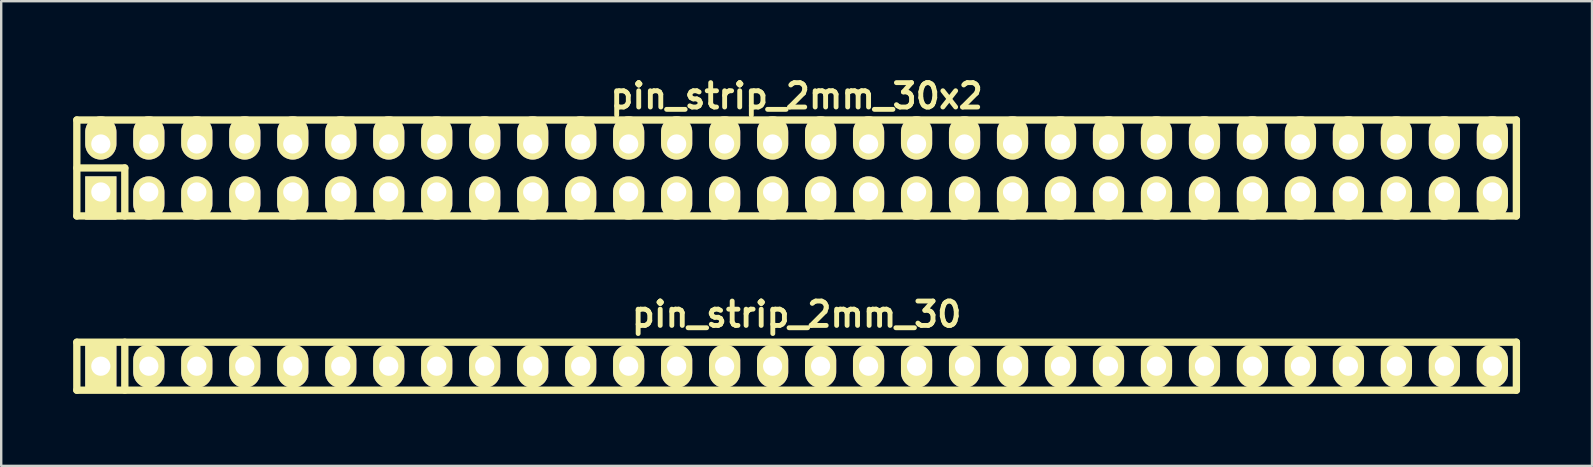
<source format=kicad_pcb>
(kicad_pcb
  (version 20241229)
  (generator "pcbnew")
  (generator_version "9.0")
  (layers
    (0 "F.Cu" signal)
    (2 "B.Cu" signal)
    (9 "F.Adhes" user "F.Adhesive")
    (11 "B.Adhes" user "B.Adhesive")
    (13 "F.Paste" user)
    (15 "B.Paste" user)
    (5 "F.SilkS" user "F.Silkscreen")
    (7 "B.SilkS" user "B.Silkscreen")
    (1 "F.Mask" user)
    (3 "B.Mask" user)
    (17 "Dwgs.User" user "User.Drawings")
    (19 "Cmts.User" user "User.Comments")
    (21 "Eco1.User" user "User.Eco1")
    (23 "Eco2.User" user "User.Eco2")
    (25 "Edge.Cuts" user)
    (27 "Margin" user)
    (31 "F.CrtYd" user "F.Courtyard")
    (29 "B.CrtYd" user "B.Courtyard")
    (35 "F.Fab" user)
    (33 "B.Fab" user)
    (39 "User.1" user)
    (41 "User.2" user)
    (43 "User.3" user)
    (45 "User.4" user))
  (footprint "pin_strip_2mm_30x2"
    (layer "F.Cu")
    (at 30.152 3.951)
    (property "Reference" "pin_strip_2mm_30x2" (at 0 -3 0) (layer "F.SilkS") (effects (font (size 1.016 1.016) (thickness 0.203))))
    (attr through_hole)
    (fp_line (start -30 -2) (end 30 -2) (stroke (width 0.305) (type solid)) (layer "F.SilkS"))
    (fp_line (start -30 0) (end -28 0) (stroke (width 0.305) (type solid)) (layer "F.SilkS"))
    (fp_line (start -30 2) (end -30 -2) (stroke (width 0.305) (type solid)) (layer "F.SilkS"))
    (fp_line (start -28 0) (end -28 2) (stroke (width 0.305) (type solid)) (layer "F.SilkS"))
    (fp_line (start 30 -2) (end 30 2) (stroke (width 0.305) (type solid)) (layer "F.SilkS"))
    (fp_line (start 30 2) (end -30 2) (stroke (width 0.305) (type solid)) (layer "F.SilkS"))
    (pad "1" thru_hole rect (at -29 1) (size 1.3 1.8) (drill 0.8 (offset 0 0.25)) (layers "*.Cu" "*.Mask" "F.SilkS"))
    (pad "2" thru_hole oval (at -29 -1) (size 1.3 1.8) (drill 0.8 (offset 0 -0.25)) (layers "*.Cu" "*.Mask" "F.SilkS"))
    (pad "3" thru_hole oval (at -27 1) (size 1.3 1.8) (drill 0.8 (offset 0 0.25)) (layers "*.Cu" "*.Mask" "F.SilkS"))
    (pad "4" thru_hole oval (at -27 -1) (size 1.3 1.8) (drill 0.8 (offset 0 -0.25)) (layers "*.Cu" "*.Mask" "F.SilkS"))
    (pad "5" thru_hole oval (at -25 1) (size 1.3 1.8) (drill 0.8 (offset 0 0.25)) (layers "*.Cu" "*.Mask" "F.SilkS"))
    (pad "6" thru_hole oval (at -25 -1) (size 1.3 1.8) (drill 0.8 (offset 0 -0.25)) (layers "*.Cu" "*.Mask" "F.SilkS"))
    (pad "7" thru_hole oval (at -23 1) (size 1.3 1.8) (drill 0.8 (offset 0 0.25)) (layers "*.Cu" "*.Mask" "F.SilkS"))
    (pad "8" thru_hole oval (at -23 -1) (size 1.3 1.8) (drill 0.8 (offset 0 -0.25)) (layers "*.Cu" "*.Mask" "F.SilkS"))
    (pad "9" thru_hole oval (at -21 1) (size 1.3 1.8) (drill 0.8 (offset 0 0.25)) (layers "*.Cu" "*.Mask" "F.SilkS"))
    (pad "10" thru_hole oval (at -21 -1) (size 1.3 1.8) (drill 0.8 (offset 0 -0.25)) (layers "*.Cu" "*.Mask" "F.SilkS"))
    (pad "11" thru_hole oval (at -19 1) (size 1.3 1.8) (drill 0.8 (offset 0 0.25)) (layers "*.Cu" "*.Mask" "F.SilkS"))
    (pad "12" thru_hole oval (at -19 -1) (size 1.3 1.8) (drill 0.8 (offset 0 -0.25)) (layers "*.Cu" "*.Mask" "F.SilkS"))
    (pad "13" thru_hole oval (at -17 1) (size 1.3 1.8) (drill 0.8 (offset 0 0.25)) (layers "*.Cu" "*.Mask" "F.SilkS"))
    (pad "14" thru_hole oval (at -17 -1) (size 1.3 1.8) (drill 0.8 (offset 0 -0.25)) (layers "*.Cu" "*.Mask" "F.SilkS"))
    (pad "15" thru_hole oval (at -15 1) (size 1.3 1.8) (drill 0.8 (offset 0 0.25)) (layers "*.Cu" "*.Mask" "F.SilkS"))
    (pad "16" thru_hole oval (at -15 -1) (size 1.3 1.8) (drill 0.8 (offset 0 -0.25)) (layers "*.Cu" "*.Mask" "F.SilkS"))
    (pad "17" thru_hole oval (at -13 1) (size 1.3 1.8) (drill 0.8 (offset 0 0.25)) (layers "*.Cu" "*.Mask" "F.SilkS"))
    (pad "18" thru_hole oval (at -13 -1) (size 1.3 1.8) (drill 0.8 (offset 0 -0.25)) (layers "*.Cu" "*.Mask" "F.SilkS"))
    (pad "19" thru_hole oval (at -11 1) (size 1.3 1.8) (drill 0.8 (offset 0 0.25)) (layers "*.Cu" "*.Mask" "F.SilkS"))
    (pad "20" thru_hole oval (at -11 -1) (size 1.3 1.8) (drill 0.8 (offset 0 -0.25)) (layers "*.Cu" "*.Mask" "F.SilkS"))
    (pad "21" thru_hole oval (at -9 1) (size 1.3 1.8) (drill 0.8 (offset 0 0.25)) (layers "*.Cu" "*.Mask" "F.SilkS"))
    (pad "22" thru_hole oval (at -9 -1) (size 1.3 1.8) (drill 0.8 (offset 0 -0.25)) (layers "*.Cu" "*.Mask" "F.SilkS"))
    (pad "23" thru_hole oval (at -7 1) (size 1.3 1.8) (drill 0.8 (offset 0 0.25)) (layers "*.Cu" "*.Mask" "F.SilkS"))
    (pad "24" thru_hole oval (at -7 -1) (size 1.3 1.8) (drill 0.8 (offset 0 -0.25)) (layers "*.Cu" "*.Mask" "F.SilkS"))
    (pad "25" thru_hole oval (at -5 1) (size 1.3 1.8) (drill 0.8 (offset 0 0.25)) (layers "*.Cu" "*.Mask" "F.SilkS"))
    (pad "26" thru_hole oval (at -5 -1) (size 1.3 1.8) (drill 0.8 (offset 0 -0.25)) (layers "*.Cu" "*.Mask" "F.SilkS"))
    (pad "27" thru_hole oval (at -3 1) (size 1.3 1.8) (drill 0.8 (offset 0 0.25)) (layers "*.Cu" "*.Mask" "F.SilkS"))
    (pad "28" thru_hole oval (at -3 -1) (size 1.3 1.8) (drill 0.8 (offset 0 -0.25)) (layers "*.Cu" "*.Mask" "F.SilkS"))
    (pad "29" thru_hole oval (at -1 1) (size 1.3 1.8) (drill 0.8 (offset 0 0.25)) (layers "*.Cu" "*.Mask" "F.SilkS"))
    (pad "30" thru_hole oval (at -1 -1) (size 1.3 1.8) (drill 0.8 (offset 0 -0.25)) (layers "*.Cu" "*.Mask" "F.SilkS"))
    (pad "31" thru_hole oval (at 1 1) (size 1.3 1.8) (drill 0.8 (offset 0 0.25)) (layers "*.Cu" "*.Mask" "F.SilkS"))
    (pad "32" thru_hole oval (at 1 -1) (size 1.3 1.8) (drill 0.8 (offset 0 -0.25)) (layers "*.Cu" "*.Mask" "F.SilkS"))
    (pad "33" thru_hole oval (at 3 1) (size 1.3 1.8) (drill 0.8 (offset 0 0.25)) (layers "*.Cu" "*.Mask" "F.SilkS"))
    (pad "34" thru_hole oval (at 3 -1) (size 1.3 1.8) (drill 0.8 (offset 0 -0.25)) (layers "*.Cu" "*.Mask" "F.SilkS"))
    (pad "35" thru_hole oval (at 5 1) (size 1.3 1.8) (drill 0.8 (offset 0 0.25)) (layers "*.Cu" "*.Mask" "F.SilkS"))
    (pad "36" thru_hole oval (at 5 -1) (size 1.3 1.8) (drill 0.8 (offset 0 -0.25)) (layers "*.Cu" "*.Mask" "F.SilkS"))
    (pad "37" thru_hole oval (at 7 1) (size 1.3 1.8) (drill 0.8 (offset 0 0.25)) (layers "*.Cu" "*.Mask" "F.SilkS"))
    (pad "38" thru_hole oval (at 7 -1) (size 1.3 1.8) (drill 0.8 (offset 0 -0.25)) (layers "*.Cu" "*.Mask" "F.SilkS"))
    (pad "39" thru_hole oval (at 9 1) (size 1.3 1.8) (drill 0.8 (offset 0 0.25)) (layers "*.Cu" "*.Mask" "F.SilkS"))
    (pad "40" thru_hole oval (at 9 -1) (size 1.3 1.8) (drill 0.8 (offset 0 -0.25)) (layers "*.Cu" "*.Mask" "F.SilkS"))
    (pad "41" thru_hole oval (at 11 1) (size 1.3 1.8) (drill 0.8 (offset 0 0.25)) (layers "*.Cu" "*.Mask" "F.SilkS"))
    (pad "42" thru_hole oval (at 11 -1) (size 1.3 1.8) (drill 0.8 (offset 0 -0.25)) (layers "*.Cu" "*.Mask" "F.SilkS"))
    (pad "43" thru_hole oval (at 13 1) (size 1.3 1.8) (drill 0.8 (offset 0 0.25)) (layers "*.Cu" "*.Mask" "F.SilkS"))
    (pad "44" thru_hole oval (at 13 -1) (size 1.3 1.8) (drill 0.8 (offset 0 -0.25)) (layers "*.Cu" "*.Mask" "F.SilkS"))
    (pad "45" thru_hole oval (at 15 1) (size 1.3 1.8) (drill 0.8 (offset 0 0.25)) (layers "*.Cu" "*.Mask" "F.SilkS"))
    (pad "46" thru_hole oval (at 15 -1) (size 1.3 1.8) (drill 0.8 (offset 0 -0.25)) (layers "*.Cu" "*.Mask" "F.SilkS"))
    (pad "47" thru_hole oval (at 17 1) (size 1.3 1.8) (drill 0.8 (offset 0 0.25)) (layers "*.Cu" "*.Mask" "F.SilkS"))
    (pad "48" thru_hole oval (at 17 -1) (size 1.3 1.8) (drill 0.8 (offset 0 -0.25)) (layers "*.Cu" "*.Mask" "F.SilkS"))
    (pad "49" thru_hole oval (at 19 1) (size 1.3 1.8) (drill 0.8 (offset 0 0.25)) (layers "*.Cu" "*.Mask" "F.SilkS"))
    (pad "50" thru_hole oval (at 19 -1) (size 1.3 1.8) (drill 0.8 (offset 0 -0.25)) (layers "*.Cu" "*.Mask" "F.SilkS"))
    (pad "51" thru_hole oval (at 21 1) (size 1.3 1.8) (drill 0.8 (offset 0 0.25)) (layers "*.Cu" "*.Mask" "F.SilkS"))
    (pad "52" thru_hole oval (at 21 -1) (size 1.3 1.8) (drill 0.8 (offset 0 -0.25)) (layers "*.Cu" "*.Mask" "F.SilkS"))
    (pad "53" thru_hole oval (at 23 1) (size 1.3 1.8) (drill 0.8 (offset 0 0.25)) (layers "*.Cu" "*.Mask" "F.SilkS"))
    (pad "54" thru_hole oval (at 23 -1) (size 1.3 1.8) (drill 0.8 (offset 0 -0.25)) (layers "*.Cu" "*.Mask" "F.SilkS"))
    (pad "55" thru_hole oval (at 25 1) (size 1.3 1.8) (drill 0.8 (offset 0 0.25)) (layers "*.Cu" "*.Mask" "F.SilkS"))
    (pad "56" thru_hole oval (at 25 -1) (size 1.3 1.8) (drill 0.8 (offset 0 -0.25)) (layers "*.Cu" "*.Mask" "F.SilkS"))
    (pad "57" thru_hole oval (at 27 1) (size 1.3 1.8) (drill 0.8 (offset 0 0.25)) (layers "*.Cu" "*.Mask" "F.SilkS"))
    (pad "58" thru_hole oval (at 27 -1) (size 1.3 1.8) (drill 0.8 (offset 0 -0.25)) (layers "*.Cu" "*.Mask" "F.SilkS"))
    (pad "59" thru_hole oval (at 29 1) (size 1.3 1.8) (drill 0.8 (offset 0 0.25)) (layers "*.Cu" "*.Mask" "F.SilkS"))
    (pad "60" thru_hole oval (at 29 -1) (size 1.3 1.8) (drill 0.8 (offset 0 -0.25)) (layers "*.Cu" "*.Mask" "F.SilkS")))
  (footprint "pin_strip_2mm_30"
    (layer "F.Cu")
    (at 30.152 12.213)
    (property "Reference" "pin_strip_2mm_30" (at 0 -2.159 0) (layer "F.SilkS") (effects (font (size 1.016 1.016) (thickness 0.203))))
    (attr through_hole)
    (fp_line (start -30 -1) (end 30 -1) (stroke (width 0.305) (type solid)) (layer "F.SilkS"))
    (fp_line (start -30 1) (end -30 -1) (stroke (width 0.305) (type solid)) (layer "F.SilkS"))
    (fp_line (start -28 -1) (end -28 1) (stroke (width 0.305) (type solid)) (layer "F.SilkS"))
    (fp_line (start 30 -1) (end 30 1) (stroke (width 0.305) (type solid)) (layer "F.SilkS"))
    (fp_line (start 30 1) (end -30 1) (stroke (width 0.305) (type solid)) (layer "F.SilkS"))
    (pad "1" thru_hole rect (at -29 0) (size 1.3 1.8) (drill 0.8) (layers "*.Cu" "*.Mask" "F.SilkS"))
    (pad "2" thru_hole oval (at -27 0) (size 1.3 1.8) (drill 0.8) (layers "*.Cu" "*.Mask" "F.SilkS"))
    (pad "3" thru_hole oval (at -25 0) (size 1.3 1.8) (drill 0.8) (layers "*.Cu" "*.Mask" "F.SilkS"))
    (pad "4" thru_hole oval (at -23 0) (size 1.3 1.8) (drill 0.8) (layers "*.Cu" "*.Mask" "F.SilkS"))
    (pad "5" thru_hole oval (at -21 0) (size 1.3 1.8) (drill 0.8) (layers "*.Cu" "*.Mask" "F.SilkS"))
    (pad "6" thru_hole oval (at -19 0) (size 1.3 1.8) (drill 0.8) (layers "*.Cu" "*.Mask" "F.SilkS"))
    (pad "7" thru_hole oval (at -17 0) (size 1.3 1.8) (drill 0.8) (layers "*.Cu" "*.Mask" "F.SilkS"))
    (pad "8" thru_hole oval (at -15 0) (size 1.3 1.8) (drill 0.8) (layers "*.Cu" "*.Mask" "F.SilkS"))
    (pad "9" thru_hole oval (at -13 0) (size 1.3 1.8) (drill 0.8) (layers "*.Cu" "*.Mask" "F.SilkS"))
    (pad "10" thru_hole oval (at -11 0) (size 1.3 1.8) (drill 0.8) (layers "*.Cu" "*.Mask" "F.SilkS"))
    (pad "11" thru_hole oval (at -9 0) (size 1.3 1.8) (drill 0.8) (layers "*.Cu" "*.Mask" "F.SilkS"))
    (pad "12" thru_hole oval (at -7 0) (size 1.3 1.8) (drill 0.8) (layers "*.Cu" "*.Mask" "F.SilkS"))
    (pad "13" thru_hole oval (at -5 0) (size 1.3 1.8) (drill 0.8) (layers "*.Cu" "*.Mask" "F.SilkS"))
    (pad "14" thru_hole oval (at -3 0) (size 1.3 1.8) (drill 0.8) (layers "*.Cu" "*.Mask" "F.SilkS"))
    (pad "15" thru_hole oval (at -1 0) (size 1.3 1.8) (drill 0.8) (layers "*.Cu" "*.Mask" "F.SilkS"))
    (pad "16" thru_hole oval (at 1 0) (size 1.3 1.8) (drill 0.8) (layers "*.Cu" "*.Mask" "F.SilkS"))
    (pad "17" thru_hole oval (at 3 0) (size 1.3 1.8) (drill 0.8) (layers "*.Cu" "*.Mask" "F.SilkS"))
    (pad "18" thru_hole oval (at 5 0) (size 1.3 1.8) (drill 0.8) (layers "*.Cu" "*.Mask" "F.SilkS"))
    (pad "19" thru_hole oval (at 7 0) (size 1.3 1.8) (drill 0.8) (layers "*.Cu" "*.Mask" "F.SilkS"))
    (pad "20" thru_hole oval (at 9 0) (size 1.3 1.8) (drill 0.8) (layers "*.Cu" "*.Mask" "F.SilkS"))
    (pad "21" thru_hole oval (at 11 0) (size 1.3 1.8) (drill 0.8) (layers "*.Cu" "*.Mask" "F.SilkS"))
    (pad "22" thru_hole oval (at 13 0) (size 1.3 1.8) (drill 0.8) (layers "*.Cu" "*.Mask" "F.SilkS"))
    (pad "23" thru_hole oval (at 15 0) (size 1.3 1.8) (drill 0.8) (layers "*.Cu" "*.Mask" "F.SilkS"))
    (pad "24" thru_hole oval (at 17 0) (size 1.3 1.8) (drill 0.8) (layers "*.Cu" "*.Mask" "F.SilkS"))
    (pad "25" thru_hole oval (at 19 0) (size 1.3 1.8) (drill 0.8) (layers "*.Cu" "*.Mask" "F.SilkS"))
    (pad "26" thru_hole oval (at 21 0) (size 1.3 1.8) (drill 0.8) (layers "*.Cu" "*.Mask" "F.SilkS"))
    (pad "27" thru_hole oval (at 23 0) (size 1.3 1.8) (drill 0.8) (layers "*.Cu" "*.Mask" "F.SilkS"))
    (pad "28" thru_hole oval (at 25 0) (size 1.3 1.8) (drill 0.8) (layers "*.Cu" "*.Mask" "F.SilkS"))
    (pad "29" thru_hole oval (at 27 0) (size 1.3 1.8) (drill 0.8) (layers "*.Cu" "*.Mask" "F.SilkS"))
    (pad "30" thru_hole oval (at 29 0) (size 1.3 1.8) (drill 0.8) (layers "*.Cu" "*.Mask" "F.SilkS")))
  (gr_rect
    (start -3 -3)
    (end 63.305 16.366)
    (stroke (width 0.1) (type default))
    (fill no)
    (layer "Edge.Cuts")))
</source>
